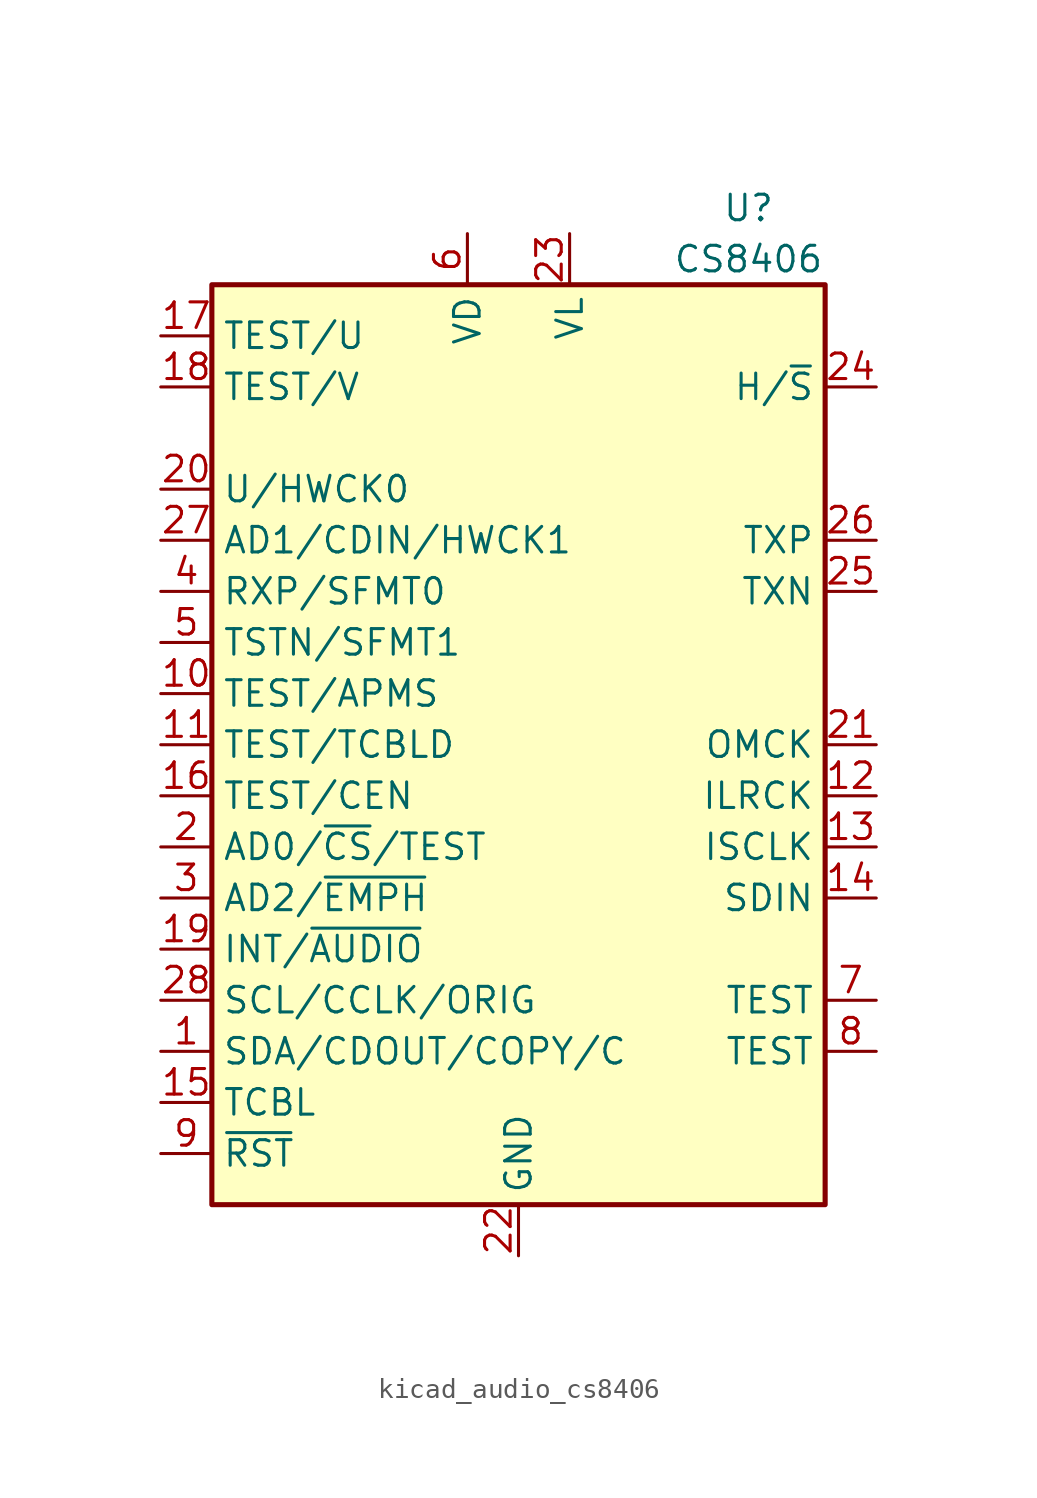
<source format=kicad_sym>
(kicad_symbol_lib
  (version 20220914)
  (generator kicad_symbol_editor)
  (symbol "kicad_audio_cs8406"
    (property "Reference" "U"
      (at 11.43 26.67 0)
      (effects (font (size 1.27 1.27))))
    (property "Value" "CS8406"
      (at 11.43 24.13 0)
      (effects (font (size 1.27 1.27))))
    (symbol "kicad_audio_cs8406_0_0"
      (rectangle (start -15.24 22.86) (end 15.24 -22.86) (stroke (width 0.254) (type default)) (fill (type background))))
    (symbol "kicad_audio_cs8406_1_0"
      (pin bidirectional line (at 17.78 -2.54 180) (length 2.54) (name "ILRCK" (effects (font (size 1.27 1.27)))) (number "12" (effects (font (size 1.27 1.27)))))
      (pin bidirectional line (at 17.78 -5.08 180) (length 2.54) (name "ISCLK" (effects (font (size 1.27 1.27)))) (number "13" (effects (font (size 1.27 1.27)))))
      (pin input line (at 17.78 -7.62 180) (length 2.54) (name "SDIN" (effects (font (size 1.27 1.27)))) (number "14" (effects (font (size 1.27 1.27)))))
      (pin input line (at 17.78 0 180) (length 2.54) (name "OMCK" (effects (font (size 1.27 1.27)))) (number "21" (effects (font (size 1.27 1.27)))))
      (pin power_in line (at 0 -25.4 90) (length 2.54) (name "GND" (effects (font (size 1.27 1.27)))) (number "22" (effects (font (size 1.27 1.27)))))
      (pin power_in line (at 2.54 25.4 270) (length 2.54) (name "VL" (effects (font (size 1.27 1.27)))) (number "23" (effects (font (size 1.27 1.27)))))
      (pin input line (at 17.78 17.78 180) (length 2.54) (name "H/~{S}" (effects (font (size 1.27 1.27)))) (number "24" (effects (font (size 1.27 1.27)))))
      (pin output line (at 17.78 7.62 180) (length 2.54) (name "TXN" (effects (font (size 1.27 1.27)))) (number "25" (effects (font (size 1.27 1.27)))))
      (pin output line (at 17.78 10.16 180) (length 2.54) (name "TXP" (effects (font (size 1.27 1.27)))) (number "26" (effects (font (size 1.27 1.27)))))
      (pin power_in line (at -2.54 25.4 270) (length 2.54) (name "VD" (effects (font (size 1.27 1.27)))) (number "6" (effects (font (size 1.27 1.27)))))
      (pin input line (at -17.78 -20.32 0) (length 2.54) (name "~{RST}" (effects (font (size 1.27 1.27)))) (number "9" (effects (font (size 1.27 1.27))))))
    (symbol "kicad_audio_cs8406_1_1"
      (pin bidirectional line (at -17.78 -15.24 0) (length 2.54) (name "SDA/CDOUT/COPY/C" (effects (font (size 1.27 1.27)))) (number "1" (effects (font (size 1.27 1.27)))))
      (pin input line (at -17.78 2.54 0) (length 2.54) (name "TEST/APMS" (effects (font (size 1.27 1.27)))) (number "10" (effects (font (size 1.27 1.27)))))
      (pin input line (at -17.78 0 0) (length 2.54) (name "TEST/TCBLD" (effects (font (size 1.27 1.27)))) (number "11" (effects (font (size 1.27 1.27)))))
      (pin bidirectional line (at -17.78 -17.78 0) (length 2.54) (name "TCBL" (effects (font (size 1.27 1.27)))) (number "15" (effects (font (size 1.27 1.27)))))
      (pin input line (at -17.78 -2.54 0) (length 2.54) (name "TEST/CEN" (effects (font (size 1.27 1.27)))) (number "16" (effects (font (size 1.27 1.27)))))
      (pin input line (at -17.78 20.32 0) (length 2.54) (name "TEST/U" (effects (font (size 1.27 1.27)))) (number "17" (effects (font (size 1.27 1.27)))))
      (pin input line (at -17.78 17.78 0) (length 2.54) (name "TEST/V" (effects (font (size 1.27 1.27)))) (number "18" (effects (font (size 1.27 1.27)))))
      (pin bidirectional line (at -17.78 -10.16 0) (length 2.54) (name "INT/~{AUDIO}" (effects (font (size 1.27 1.27)))) (number "19" (effects (font (size 1.27 1.27)))))
      (pin input line (at -17.78 -5.08 0) (length 2.54) (name "AD0/~{CS}/TEST" (effects (font (size 1.27 1.27)))) (number "2" (effects (font (size 1.27 1.27)))))
      (pin input line (at -17.78 12.7 0) (length 2.54) (name "U/HWCK0" (effects (font (size 1.27 1.27)))) (number "20" (effects (font (size 1.27 1.27)))))
      (pin input line (at -17.78 10.16 0) (length 2.54) (name "AD1/CDIN/HWCK1" (effects (font (size 1.27 1.27)))) (number "27" (effects (font (size 1.27 1.27)))))
      (pin input line (at -17.78 -12.7 0) (length 2.54) (name "SCL/CCLK/ORIG" (effects (font (size 1.27 1.27)))) (number "28" (effects (font (size 1.27 1.27)))))
      (pin input line (at -17.78 -7.62 0) (length 2.54) (name "AD2/~{EMPH}" (effects (font (size 1.27 1.27)))) (number "3" (effects (font (size 1.27 1.27)))))
      (pin input line (at -17.78 7.62 0) (length 2.54) (name "RXP/SFMT0" (effects (font (size 1.27 1.27)))) (number "4" (effects (font (size 1.27 1.27)))))
      (pin input line (at -17.78 5.08 0) (length 2.54) (name "TSTN/SFMT1" (effects (font (size 1.27 1.27)))) (number "5" (effects (font (size 1.27 1.27)))))
      (pin input line (at 17.78 -12.7 180) (length 2.54) (name "TEST" (effects (font (size 1.27 1.27)))) (number "7" (effects (font (size 1.27 1.27)))))
      (pin input line (at 17.78 -15.24 180) (length 2.54) (name "TEST" (effects (font (size 1.27 1.27)))) (number "8" (effects (font (size 1.27 1.27))))))))
</source>
